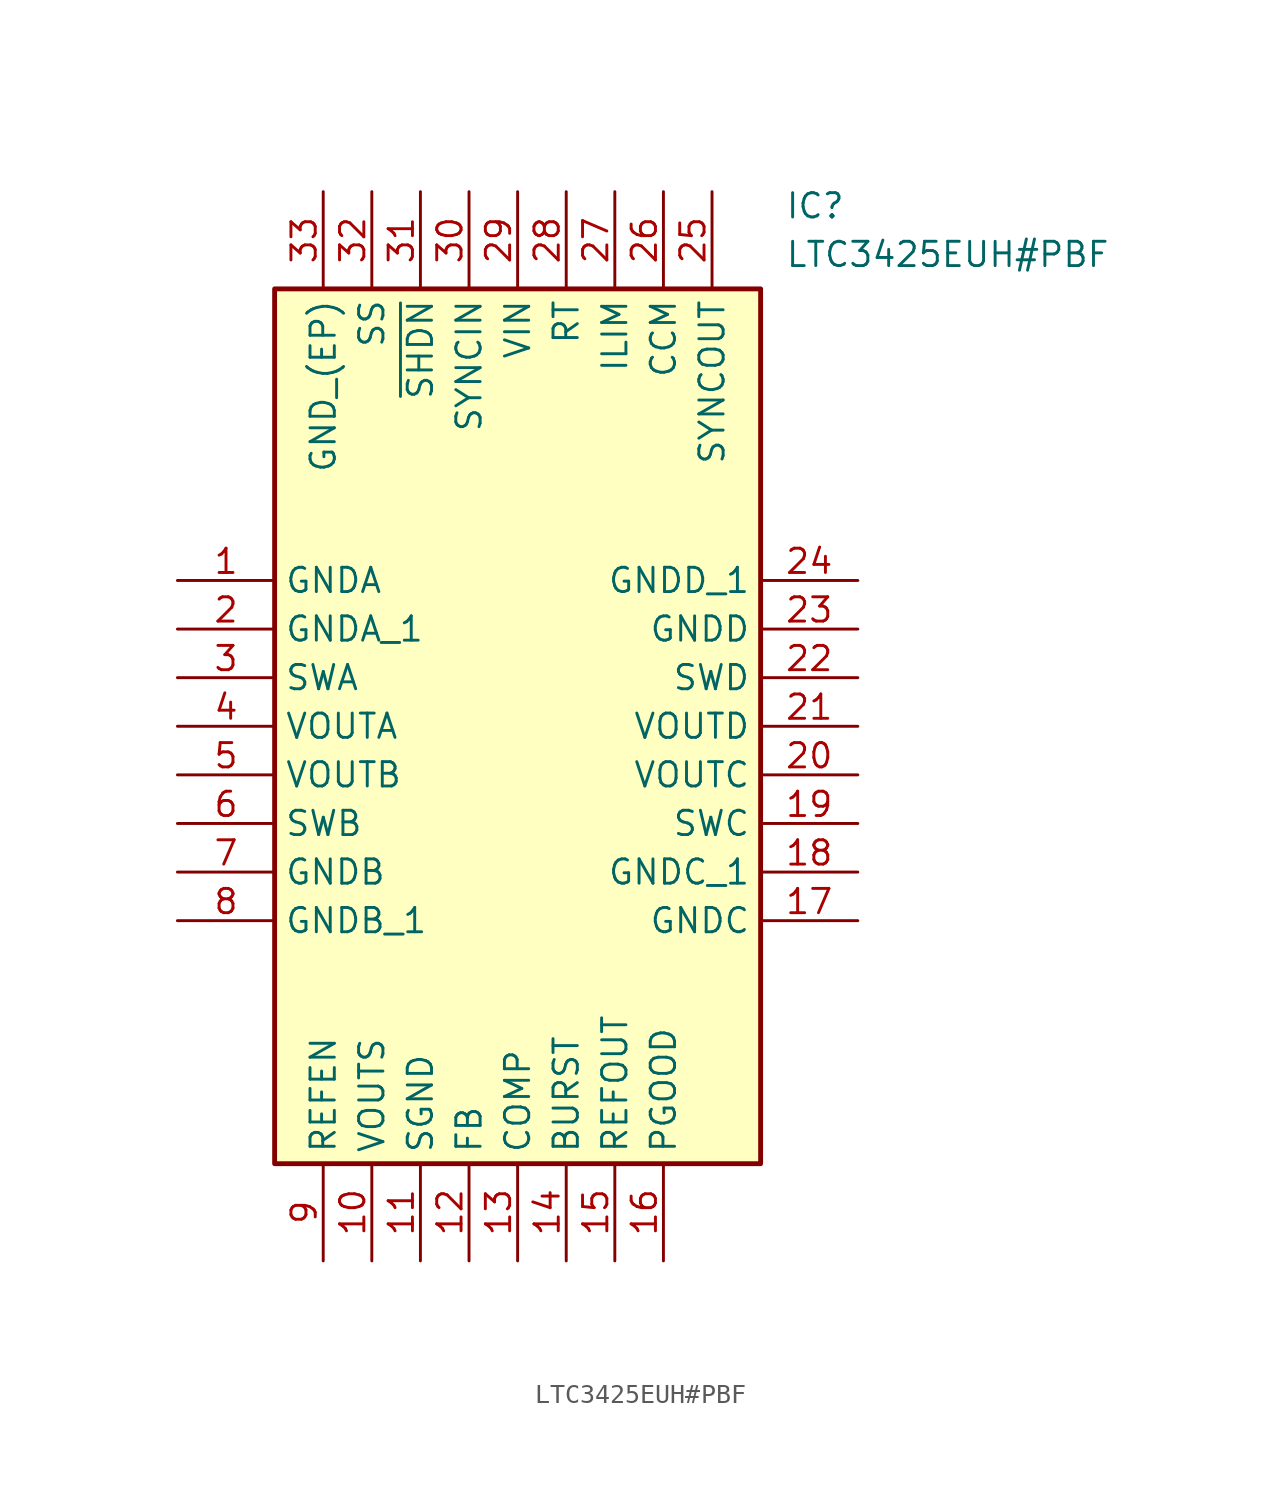
<source format=kicad_sym>
(kicad_symbol_lib
  (version 20211014)
  (generator SamacSys_ECAD_Model)
  (symbol "LTC3425EUH#PBF"
    (property "Reference" "IC"
      (at 31.75 20.32 0)
      (effects (font (size 1.27 1.27)) (justify left top)))
    (property "Value" "LTC3425EUH#PBF"
      (at 31.75 17.78 0)
      (effects (font (size 1.27 1.27)) (justify left top)))
    (rectangle
      (start 5.08 15.24)
      (end 30.48 -30.48)
      (stroke (width 0.254) (type default))
      (fill (type background)))
    (pin power_in line
      (at 0 0 0)
      (length 5.08)
      (name "GNDA" (effects (font (size 1.27 1.27))))
      (number "1" (effects (font (size 1.27 1.27)))))
    (pin power_in line
      (at 0 -2.54 0)
      (length 5.08)
      (name "GNDA_1" (effects (font (size 1.27 1.27))))
      (number "2" (effects (font (size 1.27 1.27)))))
    (pin passive line
      (at 0 -5.08 0)
      (length 5.08)
      (name "SWA" (effects (font (size 1.27 1.27))))
      (number "3" (effects (font (size 1.27 1.27)))))
    (pin output line
      (at 0 -7.62 0)
      (length 5.08)
      (name "VOUTA" (effects (font (size 1.27 1.27))))
      (number "4" (effects (font (size 1.27 1.27)))))
    (pin output line
      (at 0 -10.16 0)
      (length 5.08)
      (name "VOUTB" (effects (font (size 1.27 1.27))))
      (number "5" (effects (font (size 1.27 1.27)))))
    (pin passive line
      (at 0 -12.7 0)
      (length 5.08)
      (name "SWB" (effects (font (size 1.27 1.27))))
      (number "6" (effects (font (size 1.27 1.27)))))
    (pin power_in line
      (at 0 -15.24 0)
      (length 5.08)
      (name "GNDB" (effects (font (size 1.27 1.27))))
      (number "7" (effects (font (size 1.27 1.27)))))
    (pin power_in line
      (at 0 -17.78 0)
      (length 5.08)
      (name "GNDB_1" (effects (font (size 1.27 1.27))))
      (number "8" (effects (font (size 1.27 1.27)))))
    (pin input line
      (at 7.62 -35.56 90)
      (length 5.08)
      (name "REFEN" (effects (font (size 1.27 1.27))))
      (number "9" (effects (font (size 1.27 1.27)))))
    (pin output line
      (at 10.16 -35.56 90)
      (length 5.08)
      (name "VOUTS" (effects (font (size 1.27 1.27))))
      (number "10" (effects (font (size 1.27 1.27)))))
    (pin power_in line
      (at 12.7 -35.56 90)
      (length 5.08)
      (name "SGND" (effects (font (size 1.27 1.27))))
      (number "11" (effects (font (size 1.27 1.27)))))
    (pin passive line
      (at 15.24 -35.56 90)
      (length 5.08)
      (name "FB" (effects (font (size 1.27 1.27))))
      (number "12" (effects (font (size 1.27 1.27)))))
    (pin output line
      (at 17.78 -35.56 90)
      (length 5.08)
      (name "COMP" (effects (font (size 1.27 1.27))))
      (number "13" (effects (font (size 1.27 1.27)))))
    (pin input line
      (at 20.32 -35.56 90)
      (length 5.08)
      (name "BURST" (effects (font (size 1.27 1.27))))
      (number "14" (effects (font (size 1.27 1.27)))))
    (pin output line
      (at 22.86 -35.56 90)
      (length 5.08)
      (name "REFOUT" (effects (font (size 1.27 1.27))))
      (number "15" (effects (font (size 1.27 1.27)))))
    (pin output line
      (at 25.4 -35.56 90)
      (length 5.08)
      (name "PGOOD" (effects (font (size 1.27 1.27))))
      (number "16" (effects (font (size 1.27 1.27)))))
    (pin power_in line
      (at 35.56 0 180)
      (length 5.08)
      (name "GNDD_1" (effects (font (size 1.27 1.27))))
      (number "24" (effects (font (size 1.27 1.27)))))
    (pin power_in line
      (at 35.56 -2.54 180)
      (length 5.08)
      (name "GNDD" (effects (font (size 1.27 1.27))))
      (number "23" (effects (font (size 1.27 1.27)))))
    (pin passive line
      (at 35.56 -5.08 180)
      (length 5.08)
      (name "SWD" (effects (font (size 1.27 1.27))))
      (number "22" (effects (font (size 1.27 1.27)))))
    (pin output line
      (at 35.56 -7.62 180)
      (length 5.08)
      (name "VOUTD" (effects (font (size 1.27 1.27))))
      (number "21" (effects (font (size 1.27 1.27)))))
    (pin output line
      (at 35.56 -10.16 180)
      (length 5.08)
      (name "VOUTC" (effects (font (size 1.27 1.27))))
      (number "20" (effects (font (size 1.27 1.27)))))
    (pin passive line
      (at 35.56 -12.7 180)
      (length 5.08)
      (name "SWC" (effects (font (size 1.27 1.27))))
      (number "19" (effects (font (size 1.27 1.27)))))
    (pin power_in line
      (at 35.56 -15.24 180)
      (length 5.08)
      (name "GNDC_1" (effects (font (size 1.27 1.27))))
      (number "18" (effects (font (size 1.27 1.27)))))
    (pin power_in line
      (at 35.56 -17.78 180)
      (length 5.08)
      (name "GNDC" (effects (font (size 1.27 1.27))))
      (number "17" (effects (font (size 1.27 1.27)))))
    (pin power_in line
      (at 7.62 20.32 270)
      (length 5.08)
      (name "GND_(EP)" (effects (font (size 1.27 1.27))))
      (number "33" (effects (font (size 1.27 1.27)))))
    (pin passive line
      (at 10.16 20.32 270)
      (length 5.08)
      (name "SS" (effects (font (size 1.27 1.27))))
      (number "32" (effects (font (size 1.27 1.27)))))
    (pin passive line
      (at 12.7 20.32 270)
      (length 5.08)
      (name "~{SHDN}" (effects (font (size 1.27 1.27))))
      (number "31" (effects (font (size 1.27 1.27)))))
    (pin input line
      (at 15.24 20.32 270)
      (length 5.08)
      (name "SYNCIN" (effects (font (size 1.27 1.27))))
      (number "30" (effects (font (size 1.27 1.27)))))
    (pin input line
      (at 17.78 20.32 270)
      (length 5.08)
      (name "VIN" (effects (font (size 1.27 1.27))))
      (number "29" (effects (font (size 1.27 1.27)))))
    (pin passive line
      (at 20.32 20.32 270)
      (length 5.08)
      (name "RT" (effects (font (size 1.27 1.27))))
      (number "28" (effects (font (size 1.27 1.27)))))
    (pin passive line
      (at 22.86 20.32 270)
      (length 5.08)
      (name "ILIM" (effects (font (size 1.27 1.27))))
      (number "27" (effects (font (size 1.27 1.27)))))
    (pin passive line
      (at 25.4 20.32 270)
      (length 5.08)
      (name "CCM" (effects (font (size 1.27 1.27))))
      (number "26" (effects (font (size 1.27 1.27)))))
    (pin output line
      (at 27.94 20.32 270)
      (length 5.08)
      (name "SYNCOUT" (effects (font (size 1.27 1.27))))
      (number "25" (effects (font (size 1.27 1.27)))))))
</source>
